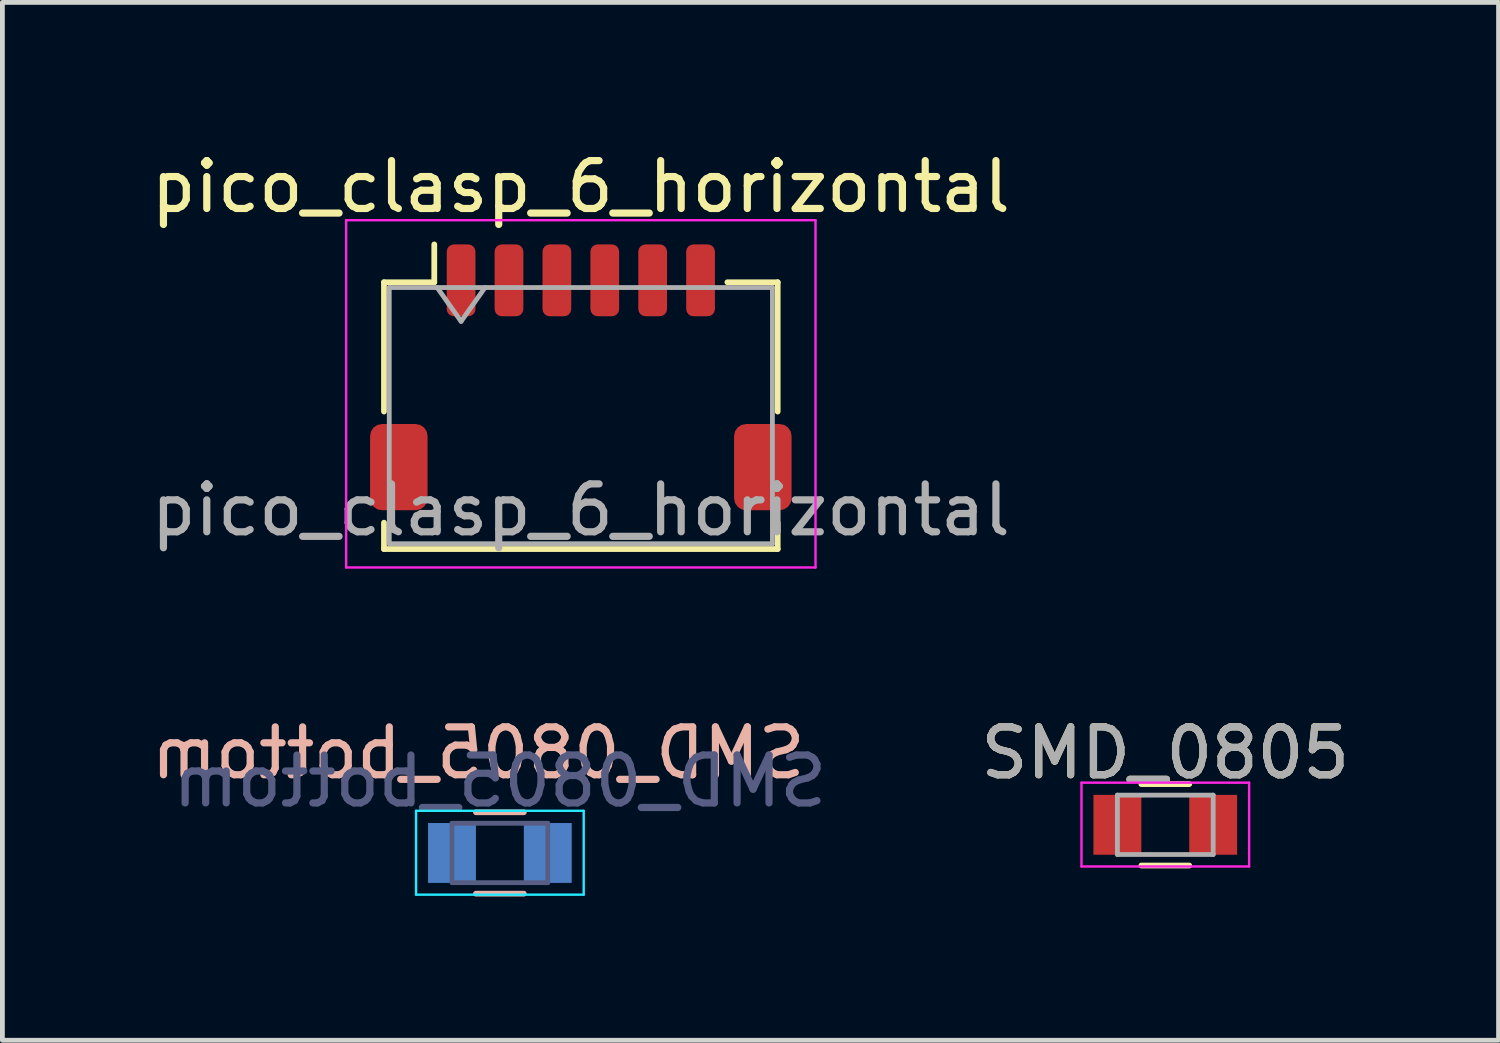
<source format=kicad_pcb>
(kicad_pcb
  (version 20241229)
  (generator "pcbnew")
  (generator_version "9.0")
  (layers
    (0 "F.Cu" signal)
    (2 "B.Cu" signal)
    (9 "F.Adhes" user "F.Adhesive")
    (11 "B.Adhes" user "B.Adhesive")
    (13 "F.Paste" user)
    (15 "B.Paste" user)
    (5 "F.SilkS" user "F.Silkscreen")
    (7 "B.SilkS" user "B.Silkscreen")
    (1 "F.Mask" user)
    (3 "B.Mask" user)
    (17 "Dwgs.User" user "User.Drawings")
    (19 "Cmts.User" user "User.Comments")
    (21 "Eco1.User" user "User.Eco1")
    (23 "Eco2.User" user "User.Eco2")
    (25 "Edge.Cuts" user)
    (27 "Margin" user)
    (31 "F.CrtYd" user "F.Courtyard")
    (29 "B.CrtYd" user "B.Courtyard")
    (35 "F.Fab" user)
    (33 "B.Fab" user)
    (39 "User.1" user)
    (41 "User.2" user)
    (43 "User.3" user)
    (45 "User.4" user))
  (footprint "SMD_0805_bottom"
    (layer "F.Cu")
    (at 7.387 14.759)
    (property "Reference" "SMD_0805_bottom" (at -0.452 -2.088 0) (layer "B.SilkS") (effects (font (size 1 1) (thickness 0.15)) (justify mirror)))
    (attr smd)
    (fp_line (start -0.5 0.85) (end 0.5 0.85) (stroke (width 0.12) (type solid)) (layer "B.SilkS"))
    (fp_line (start 0.5 -0.85) (end -0.5 -0.85) (stroke (width 0.12) (type solid)) (layer "B.SilkS"))
    (fp_line (start -1.75 -0.88) (end -1.75 0.87) (stroke (width 0.05) (type solid)) (layer "B.CrtYd"))
    (fp_line (start -1.75 -0.88) (end 1.75 -0.88) (stroke (width 0.05) (type solid)) (layer "B.CrtYd"))
    (fp_line (start 1.75 0.87) (end -1.75 0.87) (stroke (width 0.05) (type solid)) (layer "B.CrtYd"))
    (fp_line (start 1.75 0.87) (end 1.75 -0.88) (stroke (width 0.05) (type solid)) (layer "B.CrtYd"))
    (fp_line (start -1 -0.62) (end 1 -0.62) (stroke (width 0.1) (type solid)) (layer "B.Fab"))
    (fp_line (start -1 0.62) (end -1 -0.62) (stroke (width 0.1) (type solid)) (layer "B.Fab"))
    (fp_line (start 1 -0.62) (end 1 0.62) (stroke (width 0.1) (type solid)) (layer "B.Fab"))
    (fp_line (start 1 0.62) (end -1 0.62) (stroke (width 0.1) (type solid)) (layer "B.Fab"))
    (fp_text user "${REFERENCE}" (at 0 -1.5 0) (layer "B.Fab") (effects (font (size 1 1) (thickness 0.15)) (justify mirror)))
    (pad "1" smd rect (at -1 0) (size 1 1.25) (layers "B.Cu" "B.Mask" "B.Paste"))
    (pad "2" smd rect (at 1 0) (size 1 1.25) (layers "B.Cu" "B.Mask" "B.Paste")))
  (footprint "SMD_0805"
    (layer "F.Cu")
    (at 21.28 14.171)
    (property "Reference" "SMD_0805" (at 0 -1.5 0) (layer "F.SilkS") (effects (font (size 1 1) (thickness 0.15))))
    (attr smd)
    (fp_line (start -0.5 0.85) (end 0.5 0.85) (stroke (width 0.12) (type solid)) (layer "F.SilkS"))
    (fp_line (start 0.5 -0.85) (end -0.5 -0.85) (stroke (width 0.12) (type solid)) (layer "F.SilkS"))
    (fp_line (start -1.75 -0.88) (end -1.75 0.87) (stroke (width 0.05) (type solid)) (layer "F.CrtYd"))
    (fp_line (start -1.75 -0.88) (end 1.75 -0.88) (stroke (width 0.05) (type solid)) (layer "F.CrtYd"))
    (fp_line (start 1.75 0.87) (end -1.75 0.87) (stroke (width 0.05) (type solid)) (layer "F.CrtYd"))
    (fp_line (start 1.75 0.87) (end 1.75 -0.88) (stroke (width 0.05) (type solid)) (layer "F.CrtYd"))
    (fp_line (start -1 -0.62) (end 1 -0.62) (stroke (width 0.1) (type solid)) (layer "F.Fab"))
    (fp_line (start -1 0.62) (end -1 -0.62) (stroke (width 0.1) (type solid)) (layer "F.Fab"))
    (fp_line (start 1 -0.62) (end 1 0.62) (stroke (width 0.1) (type solid)) (layer "F.Fab"))
    (fp_line (start 1 0.62) (end -1 0.62) (stroke (width 0.1) (type solid)) (layer "F.Fab"))
    (fp_text user "${REFERENCE}" (at 0 -1.5 0) (layer "F.Fab") (effects (font (size 1 1) (thickness 0.15))))
    (pad "1" smd rect (at -1 0) (size 1 1.25) (layers "F.Cu" "F.Mask" "F.Paste"))
    (pad "2" smd rect (at 1 0) (size 1 1.25) (layers "F.Cu" "F.Mask" "F.Paste")))
  (footprint "pico_clasp_6_horizontal"
    (layer "F.Cu")
    (at 9.077 4.828)
    (property "Reference" "pico_clasp_6_horizontal" (at 0 -3.98 0) (layer "F.SilkS") (effects (font (size 1 1) (thickness 0.15))))
    (attr smd)
    (fp_line (start -4.11 -1.985) (end -3.06 -1.985) (stroke (width 0.12) (type solid)) (layer "F.SilkS"))
    (fp_line (start -4.11 0.715) (end -4.11 -1.985) (stroke (width 0.12) (type solid)) (layer "F.SilkS"))
    (fp_line (start -4.11 3.035) (end -4.11 3.585) (stroke (width 0.12) (type solid)) (layer "F.SilkS"))
    (fp_line (start -4.11 3.585) (end 4.11 3.585) (stroke (width 0.12) (type solid)) (layer "F.SilkS"))
    (fp_line (start -3.06 -1.985) (end -3.06 -2.775) (stroke (width 0.12) (type solid)) (layer "F.SilkS"))
    (fp_line (start 4.11 -1.985) (end 3.06 -1.985) (stroke (width 0.12) (type solid)) (layer "F.SilkS"))
    (fp_line (start 4.11 0.715) (end 4.11 -1.985) (stroke (width 0.12) (type solid)) (layer "F.SilkS"))
    (fp_line (start 4.11 3.585) (end 4.11 3.035) (stroke (width 0.12) (type solid)) (layer "F.SilkS"))
    (fp_line (start -4.9 -3.28) (end -4.9 3.97) (stroke (width 0.05) (type solid)) (layer "F.CrtYd"))
    (fp_line (start -4.9 3.97) (end 4.9 3.97) (stroke (width 0.05) (type solid)) (layer "F.CrtYd"))
    (fp_line (start 4.9 -3.28) (end -4.9 -3.28) (stroke (width 0.05) (type solid)) (layer "F.CrtYd"))
    (fp_line (start 4.9 3.97) (end 4.9 -3.28) (stroke (width 0.05) (type solid)) (layer "F.CrtYd"))
    (fp_line (start -4 -1.875) (end -4 3.475) (stroke (width 0.1) (type solid)) (layer "F.Fab"))
    (fp_line (start -4 -1.875) (end 4 -1.875) (stroke (width 0.1) (type solid)) (layer "F.Fab"))
    (fp_line (start -4 3.475) (end 4 3.475) (stroke (width 0.1) (type solid)) (layer "F.Fab"))
    (fp_line (start -3 -1.875) (end -2.5 -1.168) (stroke (width 0.1) (type solid)) (layer "F.Fab"))
    (fp_line (start -2.5 -1.168) (end -2 -1.875) (stroke (width 0.1) (type solid)) (layer "F.Fab"))
    (fp_line (start 4 -1.875) (end 4 3.475) (stroke (width 0.1) (type solid)) (layer "F.Fab"))
    (fp_text user "${REFERENCE}" (at 0 2.77 0) (layer "F.Fab") (effects (font (size 1 1) (thickness 0.15))))
    (pad "1" smd roundrect (at -3.8 1.875) (size 1.2 1.8) (layers "F.Cu" "F.Mask" "F.Paste") (roundrect_rratio 0.208))
    (pad "1" smd roundrect (at -2.5 -2.025) (size 0.6 1.5) (layers "F.Cu" "F.Mask" "F.Paste") (roundrect_rratio 0.25))
    (pad "1" smd roundrect (at 3.8 1.875) (size 1.2 1.8) (layers "F.Cu" "F.Mask" "F.Paste") (roundrect_rratio 0.208))
    (pad "2" smd roundrect (at -1.5 -2.025) (size 0.6 1.5) (layers "F.Cu" "F.Mask" "F.Paste") (roundrect_rratio 0.25))
    (pad "3" smd roundrect (at -0.5 -2.025) (size 0.6 1.5) (layers "F.Cu" "F.Mask" "F.Paste") (roundrect_rratio 0.25))
    (pad "4" smd roundrect (at 0.5 -2.025) (size 0.6 1.5) (layers "F.Cu" "F.Mask" "F.Paste") (roundrect_rratio 0.25))
    (pad "5" smd roundrect (at 1.5 -2.025) (size 0.6 1.5) (layers "F.Cu" "F.Mask" "F.Paste") (roundrect_rratio 0.25))
    (pad "6" smd roundrect (at 2.5 -2.025) (size 0.6 1.5) (layers "F.Cu" "F.Mask" "F.Paste") (roundrect_rratio 0.25)))
  (gr_rect
    (start -3 -3)
    (end 28.238 18.669)
    (stroke (width 0.1) (type default))
    (fill no)
    (layer "Edge.Cuts")))
</source>
